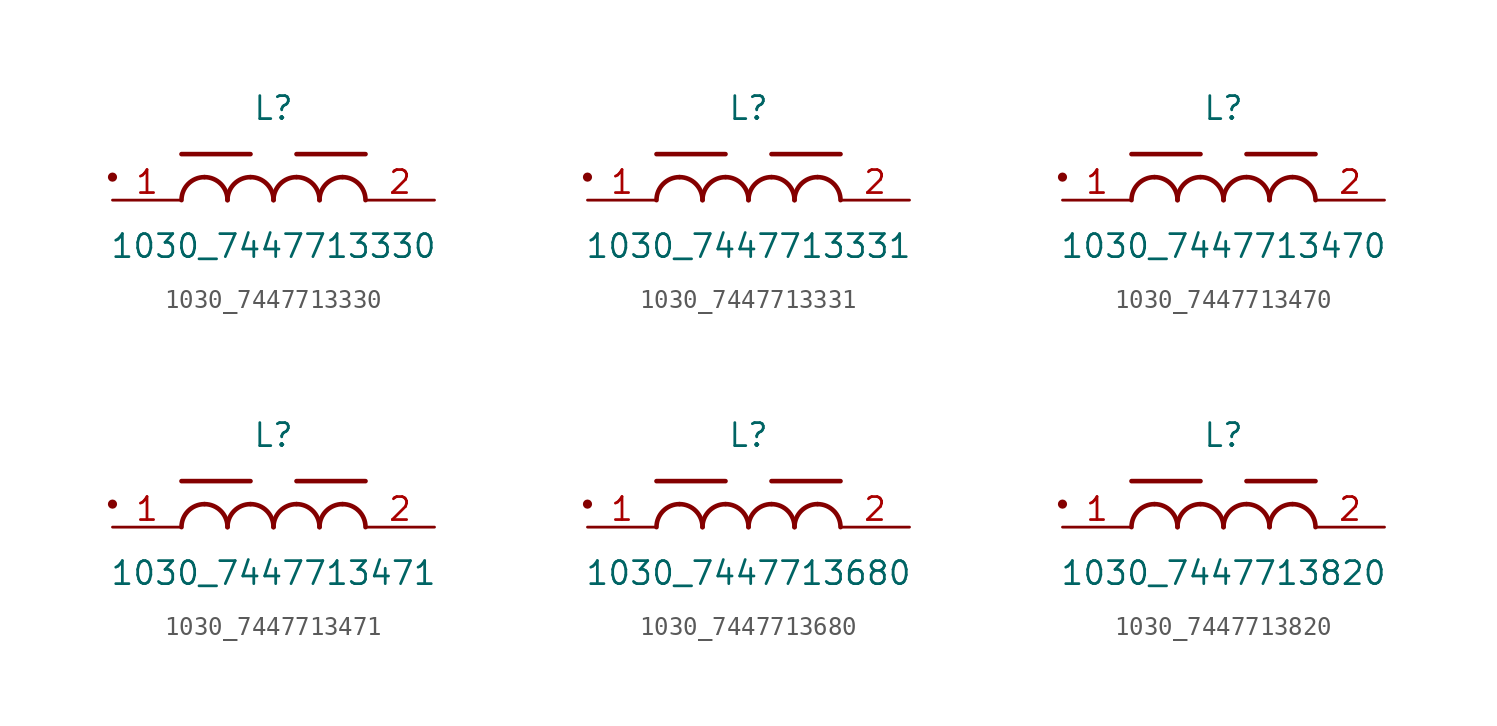
<source format=kicad_sym>
(kicad_symbol_lib
  (version 20211014)
  (generator kicad_symbol_editor)
  (symbol "Inductor_Wurth_WE-PD:1030_7447713330"
    (pin_names hide)
    (property "Reference" "L"
      (at 0 5.08 0)
      (effects (font (size 1.27 1.27))))
    (property "Value" "1030_7447713330"
      (at 0 -2.54 0)
      (effects (font (size 1.27 1.27))))
    (symbol "1030_7447713330_0_1"
      (circle (center -8.89 1.27) (radius 0.0001) (stroke (width 0.254)) (stroke (width 0.254) (type default) (color 0 0 0 0)) (fill (type none)))
      (arc (start -3.81 1.27) (mid -4.708 0.898) (end -5.08 0) (stroke (width 0.254) (type default) (color 0 0 0 0)) (fill (type none)))
      (arc (start -2.54 0) (mid -2.912 0.898) (end -3.81 1.27) (stroke (width 0.254) (type default) (color 0 0 0 0)) (fill (type none)))
      (arc (start -1.2699 1.2701) (mid -2.1679 0.8981) (end -2.5399 0.0001) (stroke (width 0.254) (type default) (color 0 0 0 0)) (fill (type none)))
      (polyline (pts (xy -5.08 2.54) (xy -1.27 2.54)) (stroke (width 0.254) (type default) (color 0 0 0 0)) (fill (type none)))
      (polyline (pts (xy 5.08 2.54) (xy 1.27 2.54)) (stroke (width 0.254) (type default) (color 0 0 0 0)) (fill (type none)))
      (arc (start 0.0001 0.0001) (mid -0.3719 0.8981) (end -1.2699 1.2701) (stroke (width 0.254) (type default) (color 0 0 0 0)) (fill (type none)))
      (arc (start 1.2701 1.2701) (mid 0.3721 0.8981) (end 0.0001 0.0001) (stroke (width 0.254) (type default) (color 0 0 0 0)) (fill (type none)))
      (arc (start 2.5401 0.0001) (mid 2.1681 0.8981) (end 1.2701 1.2701) (stroke (width 0.254) (type default) (color 0 0 0 0)) (fill (type none)))
      (arc (start 3.8101 1.2701) (mid 2.9121 0.8981) (end 2.5401 0.0001) (stroke (width 0.254) (type default) (color 0 0 0 0)) (fill (type none)))
      (arc (start 5.0801 0.0001) (mid 4.7081 0.8981) (end 3.8101 1.2701) (stroke (width 0.254) (type default) (color 0 0 0 0)) (fill (type none))))
    (symbol "1030_7447713330_1_1"
      (pin passive line (at -8.89 0 0) (length 3.81) (name "1" (effects (font (size 1.27 1.27)))) (number "1" (effects (font (size 1.27 1.27)))))
      (pin passive line (at 8.89 0 180) (length 3.81) (name "2" (effects (font (size 1.27 1.27)))) (number "2" (effects (font (size 1.27 1.27)))))))
  (symbol "Inductor_Wurth_WE-PD:1030_7447713331"
    (pin_names hide)
    (property "Reference" "L"
      (at 0 5.08 0)
      (effects (font (size 1.27 1.27))))
    (property "Value" "1030_7447713331"
      (at 0 -2.54 0)
      (effects (font (size 1.27 1.27))))
    (symbol "1030_7447713331_0_1"
      (circle (center -8.89 1.27) (radius 0.0001) (stroke (width 0.254)) (stroke (width 0.254) (type default) (color 0 0 0 0)) (fill (type none)))
      (arc (start -3.81 1.27) (mid -4.708 0.898) (end -5.08 0) (stroke (width 0.254) (type default) (color 0 0 0 0)) (fill (type none)))
      (arc (start -2.54 0) (mid -2.912 0.898) (end -3.81 1.27) (stroke (width 0.254) (type default) (color 0 0 0 0)) (fill (type none)))
      (arc (start -1.2699 1.2701) (mid -2.1679 0.8981) (end -2.5399 0.0001) (stroke (width 0.254) (type default) (color 0 0 0 0)) (fill (type none)))
      (polyline (pts (xy -5.08 2.54) (xy -1.27 2.54)) (stroke (width 0.254) (type default) (color 0 0 0 0)) (fill (type none)))
      (polyline (pts (xy 5.08 2.54) (xy 1.27 2.54)) (stroke (width 0.254) (type default) (color 0 0 0 0)) (fill (type none)))
      (arc (start 0.0001 0.0001) (mid -0.3719 0.8981) (end -1.2699 1.2701) (stroke (width 0.254) (type default) (color 0 0 0 0)) (fill (type none)))
      (arc (start 1.2701 1.2701) (mid 0.3721 0.8981) (end 0.0001 0.0001) (stroke (width 0.254) (type default) (color 0 0 0 0)) (fill (type none)))
      (arc (start 2.5401 0.0001) (mid 2.1681 0.8981) (end 1.2701 1.2701) (stroke (width 0.254) (type default) (color 0 0 0 0)) (fill (type none)))
      (arc (start 3.8101 1.2701) (mid 2.9121 0.8981) (end 2.5401 0.0001) (stroke (width 0.254) (type default) (color 0 0 0 0)) (fill (type none)))
      (arc (start 5.0801 0.0001) (mid 4.7081 0.8981) (end 3.8101 1.2701) (stroke (width 0.254) (type default) (color 0 0 0 0)) (fill (type none))))
    (symbol "1030_7447713331_1_1"
      (pin passive line (at -8.89 0 0) (length 3.81) (name "1" (effects (font (size 1.27 1.27)))) (number "1" (effects (font (size 1.27 1.27)))))
      (pin passive line (at 8.89 0 180) (length 3.81) (name "2" (effects (font (size 1.27 1.27)))) (number "2" (effects (font (size 1.27 1.27)))))))
  (symbol "Inductor_Wurth_WE-PD:1030_7447713470"
    (pin_names hide)
    (property "Reference" "L"
      (at 0 5.08 0)
      (effects (font (size 1.27 1.27))))
    (property "Value" "1030_7447713470"
      (at 0 -2.54 0)
      (effects (font (size 1.27 1.27))))
    (symbol "1030_7447713470_0_1"
      (circle (center -8.89 1.27) (radius 0.0001) (stroke (width 0.254)) (stroke (width 0.254) (type default) (color 0 0 0 0)) (fill (type none)))
      (arc (start -3.81 1.27) (mid -4.708 0.898) (end -5.08 0) (stroke (width 0.254) (type default) (color 0 0 0 0)) (fill (type none)))
      (arc (start -2.54 0) (mid -2.912 0.898) (end -3.81 1.27) (stroke (width 0.254) (type default) (color 0 0 0 0)) (fill (type none)))
      (arc (start -1.2699 1.2701) (mid -2.1679 0.8981) (end -2.5399 0.0001) (stroke (width 0.254) (type default) (color 0 0 0 0)) (fill (type none)))
      (polyline (pts (xy -5.08 2.54) (xy -1.27 2.54)) (stroke (width 0.254) (type default) (color 0 0 0 0)) (fill (type none)))
      (polyline (pts (xy 5.08 2.54) (xy 1.27 2.54)) (stroke (width 0.254) (type default) (color 0 0 0 0)) (fill (type none)))
      (arc (start 0.0001 0.0001) (mid -0.3719 0.8981) (end -1.2699 1.2701) (stroke (width 0.254) (type default) (color 0 0 0 0)) (fill (type none)))
      (arc (start 1.2701 1.2701) (mid 0.3721 0.8981) (end 0.0001 0.0001) (stroke (width 0.254) (type default) (color 0 0 0 0)) (fill (type none)))
      (arc (start 2.5401 0.0001) (mid 2.1681 0.8981) (end 1.2701 1.2701) (stroke (width 0.254) (type default) (color 0 0 0 0)) (fill (type none)))
      (arc (start 3.8101 1.2701) (mid 2.9121 0.8981) (end 2.5401 0.0001) (stroke (width 0.254) (type default) (color 0 0 0 0)) (fill (type none)))
      (arc (start 5.0801 0.0001) (mid 4.7081 0.8981) (end 3.8101 1.2701) (stroke (width 0.254) (type default) (color 0 0 0 0)) (fill (type none))))
    (symbol "1030_7447713470_1_1"
      (pin passive line (at -8.89 0 0) (length 3.81) (name "1" (effects (font (size 1.27 1.27)))) (number "1" (effects (font (size 1.27 1.27)))))
      (pin passive line (at 8.89 0 180) (length 3.81) (name "2" (effects (font (size 1.27 1.27)))) (number "2" (effects (font (size 1.27 1.27)))))))
  (symbol "Inductor_Wurth_WE-PD:1030_7447713471"
    (pin_names hide)
    (property "Reference" "L"
      (at 0 5.08 0)
      (effects (font (size 1.27 1.27))))
    (property "Value" "1030_7447713471"
      (at 0 -2.54 0)
      (effects (font (size 1.27 1.27))))
    (symbol "1030_7447713471_0_1"
      (circle (center -8.89 1.27) (radius 0.0001) (stroke (width 0.254)) (stroke (width 0.254) (type default) (color 0 0 0 0)) (fill (type none)))
      (arc (start -3.81 1.27) (mid -4.708 0.898) (end -5.08 0) (stroke (width 0.254) (type default) (color 0 0 0 0)) (fill (type none)))
      (arc (start -2.54 0) (mid -2.912 0.898) (end -3.81 1.27) (stroke (width 0.254) (type default) (color 0 0 0 0)) (fill (type none)))
      (arc (start -1.2699 1.2701) (mid -2.1679 0.8981) (end -2.5399 0.0001) (stroke (width 0.254) (type default) (color 0 0 0 0)) (fill (type none)))
      (polyline (pts (xy -5.08 2.54) (xy -1.27 2.54)) (stroke (width 0.254) (type default) (color 0 0 0 0)) (fill (type none)))
      (polyline (pts (xy 5.08 2.54) (xy 1.27 2.54)) (stroke (width 0.254) (type default) (color 0 0 0 0)) (fill (type none)))
      (arc (start 0.0001 0.0001) (mid -0.3719 0.8981) (end -1.2699 1.2701) (stroke (width 0.254) (type default) (color 0 0 0 0)) (fill (type none)))
      (arc (start 1.2701 1.2701) (mid 0.3721 0.8981) (end 0.0001 0.0001) (stroke (width 0.254) (type default) (color 0 0 0 0)) (fill (type none)))
      (arc (start 2.5401 0.0001) (mid 2.1681 0.8981) (end 1.2701 1.2701) (stroke (width 0.254) (type default) (color 0 0 0 0)) (fill (type none)))
      (arc (start 3.8101 1.2701) (mid 2.9121 0.8981) (end 2.5401 0.0001) (stroke (width 0.254) (type default) (color 0 0 0 0)) (fill (type none)))
      (arc (start 5.0801 0.0001) (mid 4.7081 0.8981) (end 3.8101 1.2701) (stroke (width 0.254) (type default) (color 0 0 0 0)) (fill (type none))))
    (symbol "1030_7447713471_1_1"
      (pin passive line (at -8.89 0 0) (length 3.81) (name "1" (effects (font (size 1.27 1.27)))) (number "1" (effects (font (size 1.27 1.27)))))
      (pin passive line (at 8.89 0 180) (length 3.81) (name "2" (effects (font (size 1.27 1.27)))) (number "2" (effects (font (size 1.27 1.27)))))))
  (symbol "Inductor_Wurth_WE-PD:1030_7447713680"
    (pin_names hide)
    (property "Reference" "L"
      (at 0 5.08 0)
      (effects (font (size 1.27 1.27))))
    (property "Value" "1030_7447713680"
      (at 0 -2.54 0)
      (effects (font (size 1.27 1.27))))
    (symbol "1030_7447713680_0_1"
      (circle (center -8.89 1.27) (radius 0.0001) (stroke (width 0.254)) (stroke (width 0.254) (type default) (color 0 0 0 0)) (fill (type none)))
      (arc (start -3.81 1.27) (mid -4.708 0.898) (end -5.08 0) (stroke (width 0.254) (type default) (color 0 0 0 0)) (fill (type none)))
      (arc (start -2.54 0) (mid -2.912 0.898) (end -3.81 1.27) (stroke (width 0.254) (type default) (color 0 0 0 0)) (fill (type none)))
      (arc (start -1.2699 1.2701) (mid -2.1679 0.8981) (end -2.5399 0.0001) (stroke (width 0.254) (type default) (color 0 0 0 0)) (fill (type none)))
      (polyline (pts (xy -5.08 2.54) (xy -1.27 2.54)) (stroke (width 0.254) (type default) (color 0 0 0 0)) (fill (type none)))
      (polyline (pts (xy 5.08 2.54) (xy 1.27 2.54)) (stroke (width 0.254) (type default) (color 0 0 0 0)) (fill (type none)))
      (arc (start 0.0001 0.0001) (mid -0.3719 0.8981) (end -1.2699 1.2701) (stroke (width 0.254) (type default) (color 0 0 0 0)) (fill (type none)))
      (arc (start 1.2701 1.2701) (mid 0.3721 0.8981) (end 0.0001 0.0001) (stroke (width 0.254) (type default) (color 0 0 0 0)) (fill (type none)))
      (arc (start 2.5401 0.0001) (mid 2.1681 0.8981) (end 1.2701 1.2701) (stroke (width 0.254) (type default) (color 0 0 0 0)) (fill (type none)))
      (arc (start 3.8101 1.2701) (mid 2.9121 0.8981) (end 2.5401 0.0001) (stroke (width 0.254) (type default) (color 0 0 0 0)) (fill (type none)))
      (arc (start 5.0801 0.0001) (mid 4.7081 0.8981) (end 3.8101 1.2701) (stroke (width 0.254) (type default) (color 0 0 0 0)) (fill (type none))))
    (symbol "1030_7447713680_1_1"
      (pin passive line (at -8.89 0 0) (length 3.81) (name "1" (effects (font (size 1.27 1.27)))) (number "1" (effects (font (size 1.27 1.27)))))
      (pin passive line (at 8.89 0 180) (length 3.81) (name "2" (effects (font (size 1.27 1.27)))) (number "2" (effects (font (size 1.27 1.27)))))))
  (symbol "Inductor_Wurth_WE-PD:1030_7447713820"
    (pin_names hide)
    (property "Reference" "L"
      (at 0 5.08 0)
      (effects (font (size 1.27 1.27))))
    (property "Value" "1030_7447713820"
      (at 0 -2.54 0)
      (effects (font (size 1.27 1.27))))
    (symbol "1030_7447713820_0_1"
      (circle (center -8.89 1.27) (radius 0.0001) (stroke (width 0.254)) (stroke (width 0.254) (type default) (color 0 0 0 0)) (fill (type none)))
      (arc (start -3.81 1.27) (mid -4.708 0.898) (end -5.08 0) (stroke (width 0.254) (type default) (color 0 0 0 0)) (fill (type none)))
      (arc (start -2.54 0) (mid -2.912 0.898) (end -3.81 1.27) (stroke (width 0.254) (type default) (color 0 0 0 0)) (fill (type none)))
      (arc (start -1.2699 1.2701) (mid -2.1679 0.8981) (end -2.5399 0.0001) (stroke (width 0.254) (type default) (color 0 0 0 0)) (fill (type none)))
      (polyline (pts (xy -5.08 2.54) (xy -1.27 2.54)) (stroke (width 0.254) (type default) (color 0 0 0 0)) (fill (type none)))
      (polyline (pts (xy 5.08 2.54) (xy 1.27 2.54)) (stroke (width 0.254) (type default) (color 0 0 0 0)) (fill (type none)))
      (arc (start 0.0001 0.0001) (mid -0.3719 0.8981) (end -1.2699 1.2701) (stroke (width 0.254) (type default) (color 0 0 0 0)) (fill (type none)))
      (arc (start 1.2701 1.2701) (mid 0.3721 0.8981) (end 0.0001 0.0001) (stroke (width 0.254) (type default) (color 0 0 0 0)) (fill (type none)))
      (arc (start 2.5401 0.0001) (mid 2.1681 0.8981) (end 1.2701 1.2701) (stroke (width 0.254) (type default) (color 0 0 0 0)) (fill (type none)))
      (arc (start 3.8101 1.2701) (mid 2.9121 0.8981) (end 2.5401 0.0001) (stroke (width 0.254) (type default) (color 0 0 0 0)) (fill (type none)))
      (arc (start 5.0801 0.0001) (mid 4.7081 0.8981) (end 3.8101 1.2701) (stroke (width 0.254) (type default) (color 0 0 0 0)) (fill (type none))))
    (symbol "1030_7447713820_1_1"
      (pin passive line (at -8.89 0 0) (length 3.81) (name "1" (effects (font (size 1.27 1.27)))) (number "1" (effects (font (size 1.27 1.27)))))
      (pin passive line (at 8.89 0 180) (length 3.81) (name "2" (effects (font (size 1.27 1.27)))) (number "2" (effects (font (size 1.27 1.27))))))))
</source>
